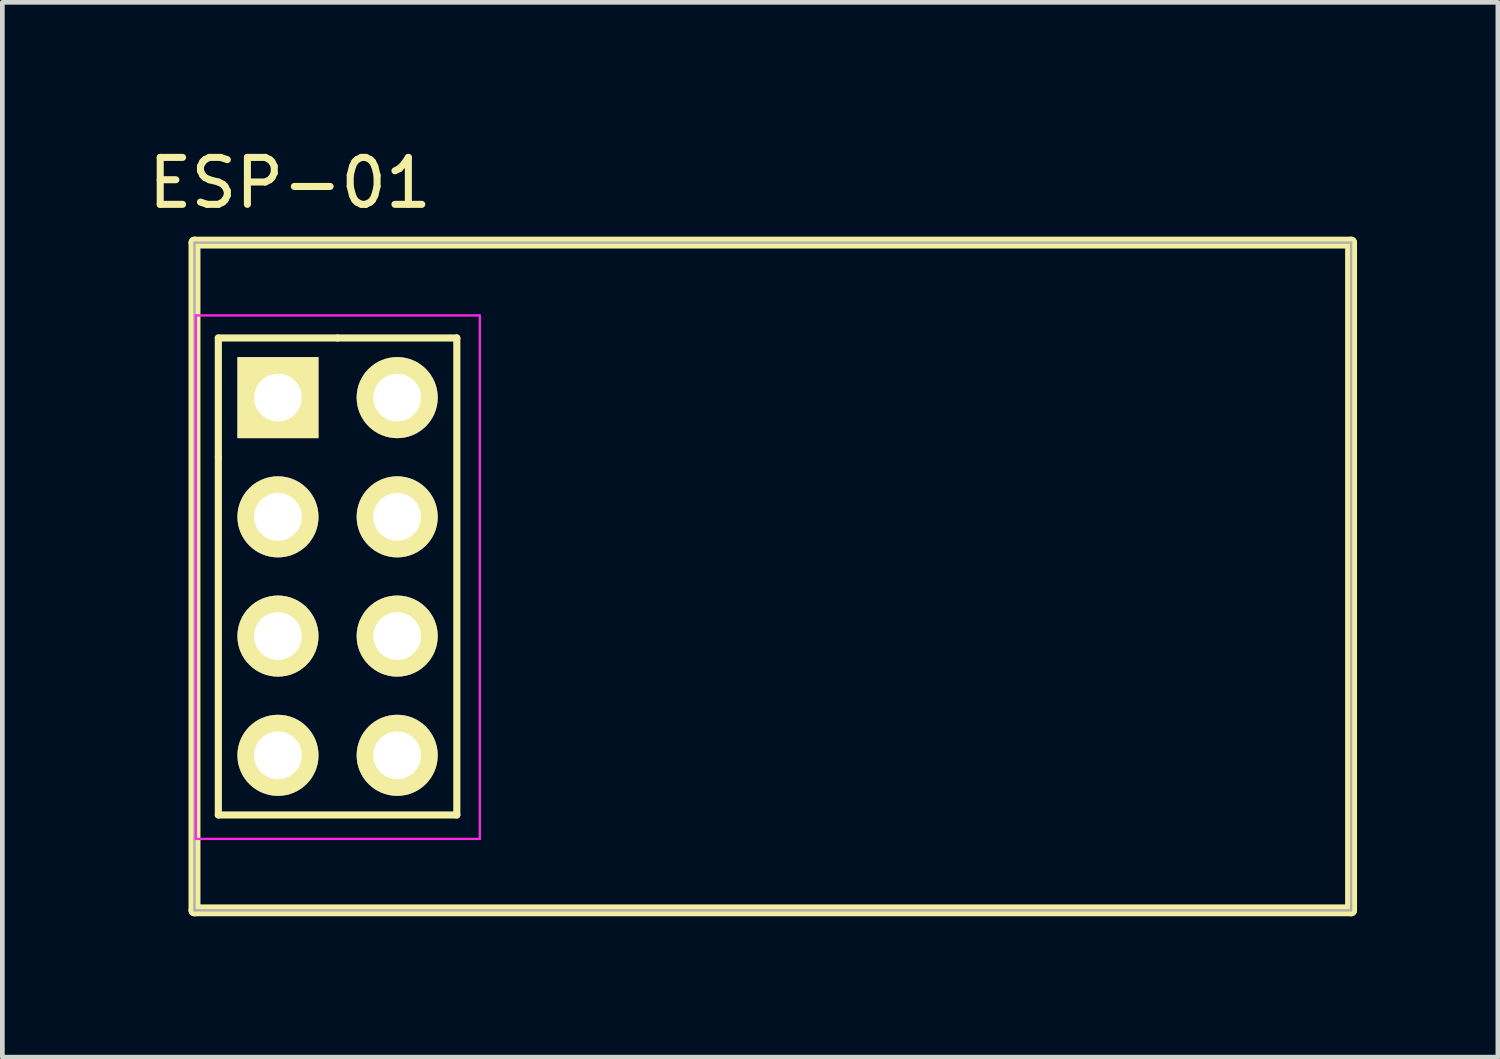
<source format=kicad_pcb>
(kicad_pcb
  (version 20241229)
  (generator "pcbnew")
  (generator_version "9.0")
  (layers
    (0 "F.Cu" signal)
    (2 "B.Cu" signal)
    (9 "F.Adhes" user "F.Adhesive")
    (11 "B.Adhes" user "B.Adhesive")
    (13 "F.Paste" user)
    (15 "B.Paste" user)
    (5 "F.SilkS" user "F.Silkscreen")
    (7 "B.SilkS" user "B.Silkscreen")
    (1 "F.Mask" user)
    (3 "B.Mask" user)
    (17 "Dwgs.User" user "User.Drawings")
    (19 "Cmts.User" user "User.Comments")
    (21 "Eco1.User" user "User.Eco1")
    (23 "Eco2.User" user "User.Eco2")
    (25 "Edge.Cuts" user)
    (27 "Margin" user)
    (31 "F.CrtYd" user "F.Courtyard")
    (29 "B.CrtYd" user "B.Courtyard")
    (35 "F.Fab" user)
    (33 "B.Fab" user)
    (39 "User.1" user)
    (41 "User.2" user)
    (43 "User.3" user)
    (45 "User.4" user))
  (footprint "ESP-01"
    (layer "F.Cu")
    (at 2.871 5.42)
    (property "Reference" "ESP-01" (at 0.254 -4.572 0) (layer "F.SilkS") (effects (font (size 1 1) (thickness 0.15))))
    (attr through_hole)
    (fp_line (start -1.778 -3.302) (end 22.86 -3.302) (stroke (width 0.254) (type solid)) (layer "F.SilkS"))
    (fp_line (start -1.778 10.922) (end -1.778 -3.302) (stroke (width 0.254) (type solid)) (layer "F.SilkS"))
    (fp_line (start -1.27 -1.27) (end -1.27 1.27) (stroke (width 0.152) (type solid)) (layer "F.SilkS"))
    (fp_line (start -1.27 1.27) (end -1.27 8.89) (stroke (width 0.152) (type solid)) (layer "F.SilkS"))
    (fp_line (start -1.27 8.89) (end 3.81 8.89) (stroke (width 0.152) (type solid)) (layer "F.SilkS"))
    (fp_line (start 1.27 -1.27) (end -1.27 -1.27) (stroke (width 0.152) (type solid)) (layer "F.SilkS"))
    (fp_line (start 3.81 -1.27) (end 1.27 -1.27) (stroke (width 0.152) (type solid)) (layer "F.SilkS"))
    (fp_line (start 3.81 8.89) (end 3.81 -1.27) (stroke (width 0.152) (type solid)) (layer "F.SilkS"))
    (fp_line (start 22.86 -3.302) (end 22.86 10.922) (stroke (width 0.254) (type solid)) (layer "F.SilkS"))
    (fp_line (start 22.86 10.922) (end -1.778 10.922) (stroke (width 0.254) (type solid)) (layer "F.SilkS"))
    (fp_line (start -1.75 -1.75) (end -1.75 9.4) (stroke (width 0.05) (type solid)) (layer "F.CrtYd"))
    (fp_line (start -1.75 -1.75) (end 4.3 -1.75) (stroke (width 0.05) (type solid)) (layer "F.CrtYd"))
    (fp_line (start -1.75 9.4) (end 4.3 9.4) (stroke (width 0.05) (type solid)) (layer "F.CrtYd"))
    (fp_line (start 4.3 -1.75) (end 4.3 9.4) (stroke (width 0.05) (type solid)) (layer "F.CrtYd"))
    (fp_line (start -1.778 -3.302) (end 22.86 -3.302) (stroke (width 0.05) (type solid)) (layer "F.Fab"))
    (fp_line (start -1.778 10.922) (end -1.778 -3.302) (stroke (width 0.05) (type solid)) (layer "F.Fab"))
    (fp_line (start 22.86 -3.302) (end 22.86 10.922) (stroke (width 0.05) (type solid)) (layer "F.Fab"))
    (fp_line (start 22.86 10.922) (end -1.778 10.922) (stroke (width 0.05) (type solid)) (layer "F.Fab"))
    (pad "1" thru_hole rect (at 0 0) (size 1.727 1.727) (drill 1.016) (layers "*.Cu" "*.Mask" "F.SilkS"))
    (pad "2" thru_hole oval (at 2.54 0) (size 1.727 1.727) (drill 1.016) (layers "*.Cu" "*.Mask" "F.SilkS"))
    (pad "3" thru_hole oval (at 0 2.54) (size 1.727 1.727) (drill 1.016) (layers "*.Cu" "*.Mask" "F.SilkS"))
    (pad "4" thru_hole oval (at 2.54 2.54) (size 1.727 1.727) (drill 1.016) (layers "*.Cu" "*.Mask" "F.SilkS"))
    (pad "5" thru_hole oval (at 0 5.08) (size 1.727 1.727) (drill 1.016) (layers "*.Cu" "*.Mask" "F.SilkS"))
    (pad "6" thru_hole oval (at 2.54 5.08) (size 1.727 1.727) (drill 1.016) (layers "*.Cu" "*.Mask" "F.SilkS"))
    (pad "7" thru_hole oval (at 0 7.62) (size 1.727 1.727) (drill 1.016) (layers "*.Cu" "*.Mask" "F.SilkS"))
    (pad "8" thru_hole oval (at 2.54 7.62) (size 1.727 1.727) (drill 1.016) (layers "*.Cu" "*.Mask" "F.SilkS")))
  (gr_rect
    (start -3 -3)
    (end 28.858 19.469)
    (stroke (width 0.1) (type default))
    (fill no)
    (layer "Edge.Cuts")))
</source>
